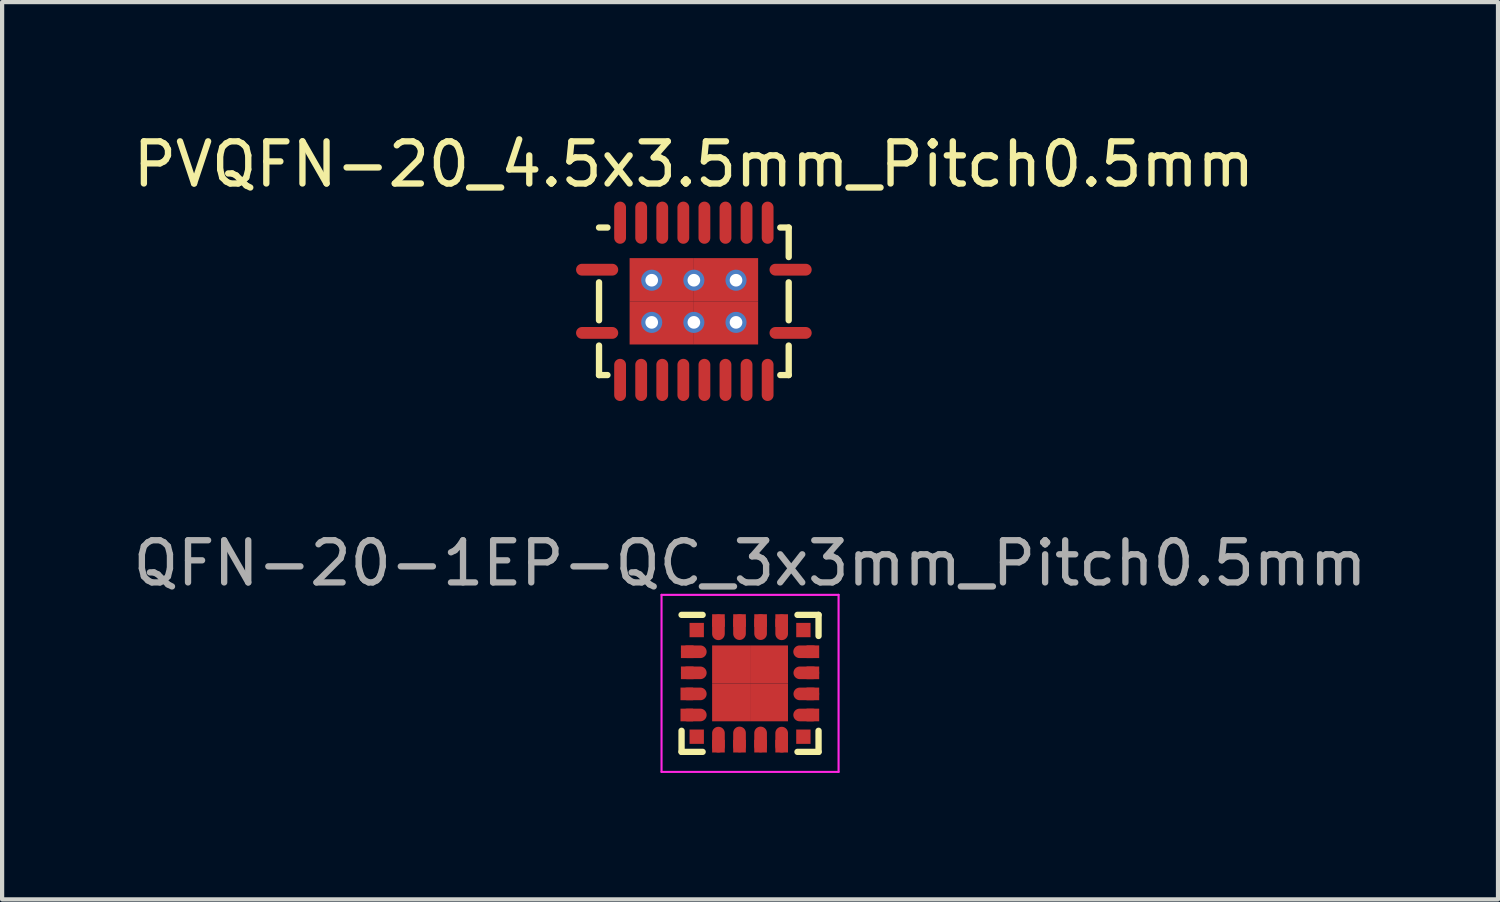
<source format=kicad_pcb>
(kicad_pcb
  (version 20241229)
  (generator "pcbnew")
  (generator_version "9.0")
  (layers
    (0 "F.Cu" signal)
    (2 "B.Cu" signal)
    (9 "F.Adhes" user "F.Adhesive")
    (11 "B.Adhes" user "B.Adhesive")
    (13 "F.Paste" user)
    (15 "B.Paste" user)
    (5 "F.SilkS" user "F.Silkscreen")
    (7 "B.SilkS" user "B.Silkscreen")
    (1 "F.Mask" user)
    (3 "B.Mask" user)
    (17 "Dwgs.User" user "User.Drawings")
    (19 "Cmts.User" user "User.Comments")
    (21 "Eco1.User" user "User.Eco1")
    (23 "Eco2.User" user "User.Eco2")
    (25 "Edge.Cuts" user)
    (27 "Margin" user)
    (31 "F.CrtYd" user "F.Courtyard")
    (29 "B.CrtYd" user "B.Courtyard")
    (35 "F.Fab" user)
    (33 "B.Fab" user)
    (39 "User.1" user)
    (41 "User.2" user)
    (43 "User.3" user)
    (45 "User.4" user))
  (footprint "QFN-20-1EP-QC_3x3mm_Pitch0.5mm"
    (layer "F.Cu")
    (at 14.744 13.162)
    (property "Reference" "QFN-20-1EP-QC_3x3mm_Pitch0.5mm" (at 0 -2.85 0) (layer "F.Fab") (effects (font (size 1 1) (thickness 0.15))))
    (attr smd)
    (fp_line (start -1.625 -1.625) (end -1.125 -1.625) (stroke (width 0.15) (type solid)) (layer "F.SilkS"))
    (fp_line (start -1.625 1.625) (end -1.625 1.125) (stroke (width 0.15) (type solid)) (layer "F.SilkS"))
    (fp_line (start -1.625 1.625) (end -1.125 1.625) (stroke (width 0.15) (type solid)) (layer "F.SilkS"))
    (fp_line (start 1.625 -1.625) (end 1.125 -1.625) (stroke (width 0.15) (type solid)) (layer "F.SilkS"))
    (fp_line (start 1.625 -1.625) (end 1.625 -1.125) (stroke (width 0.15) (type solid)) (layer "F.SilkS"))
    (fp_line (start 1.625 1.625) (end 1.125 1.625) (stroke (width 0.15) (type solid)) (layer "F.SilkS"))
    (fp_line (start 1.625 1.625) (end 1.625 1.125) (stroke (width 0.15) (type solid)) (layer "F.SilkS"))
    (fp_line (start -2.1 -2.1) (end -2.1 2.1) (stroke (width 0.05) (type solid)) (layer "F.CrtYd"))
    (fp_line (start -2.1 -2.1) (end 2.1 -2.1) (stroke (width 0.05) (type solid)) (layer "F.CrtYd"))
    (fp_line (start -2.1 2.1) (end 2.1 2.1) (stroke (width 0.05) (type solid)) (layer "F.CrtYd"))
    (fp_line (start 2.1 -2.1) (end 2.1 2.1) (stroke (width 0.05) (type solid)) (layer "F.CrtYd"))
    (pad "1" smd rect (at -1.265 -1.265 90) (size 0.34 0.34) (layers "F.Cu" "F.Mask" "F.Paste"))
    (pad "2" smd rect (at -1.49 -0.75) (size 0.3 0.3) (layers "F.Cu" "F.Mask" "F.Paste"))
    (pad "2" smd oval (at -1.335 -0.75) (size 0.61 0.3) (layers "F.Cu" "F.Mask" "F.Paste"))
    (pad "3" smd rect (at -1.49 -0.25) (size 0.3 0.3) (layers "F.Cu" "F.Mask" "F.Paste"))
    (pad "3" smd oval (at -1.335 -0.25) (size 0.61 0.3) (layers "F.Cu" "F.Mask" "F.Paste"))
    (pad "4" smd rect (at -1.5 0.25) (size 0.3 0.3) (layers "F.Cu" "F.Mask" "F.Paste"))
    (pad "4" smd oval (at -1.335 0.25) (size 0.61 0.3) (layers "F.Cu" "F.Mask" "F.Paste"))
    (pad "5" smd rect (at -1.5 0.75) (size 0.3 0.3) (layers "F.Cu" "F.Mask" "F.Paste"))
    (pad "5" smd oval (at -1.335 0.75) (size 0.61 0.3) (layers "F.Cu" "F.Mask" "F.Paste"))
    (pad "6" smd rect (at -1.265 1.265 90) (size 0.34 0.34) (layers "F.Cu" "F.Mask" "F.Paste"))
    (pad "7" smd oval (at -0.75 1.335 90) (size 0.61 0.3) (layers "F.Cu" "F.Mask" "F.Paste"))
    (pad "7" smd rect (at -0.75 1.49) (size 0.3 0.3) (layers "F.Cu" "F.Mask" "F.Paste"))
    (pad "8" smd oval (at -0.25 1.331 90) (size 0.61 0.3) (layers "F.Cu" "F.Mask" "F.Paste"))
    (pad "8" smd rect (at -0.25 1.49) (size 0.3 0.3) (layers "F.Cu" "F.Mask" "F.Paste"))
    (pad "9" smd oval (at 0.25 1.331 90) (size 0.61 0.3) (layers "F.Cu" "F.Mask" "F.Paste"))
    (pad "9" smd rect (at 0.25 1.49) (size 0.3 0.3) (layers "F.Cu" "F.Mask" "F.Paste"))
    (pad "10" smd oval (at 0.75 1.335 90) (size 0.61 0.3) (layers "F.Cu" "F.Mask" "F.Paste"))
    (pad "10" smd rect (at 0.75 1.49) (size 0.3 0.3) (layers "F.Cu" "F.Mask" "F.Paste"))
    (pad "11" smd rect (at 1.265 1.265 90) (size 0.34 0.34) (layers "F.Cu" "F.Mask" "F.Paste"))
    (pad "12" smd oval (at 1.331 0.75) (size 0.61 0.3) (layers "F.Cu" "F.Mask" "F.Paste"))
    (pad "12" smd rect (at 1.49 0.75) (size 0.3 0.3) (layers "F.Cu" "F.Mask" "F.Paste"))
    (pad "13" smd oval (at 1.335 0.25) (size 0.61 0.3) (layers "F.Cu" "F.Mask" "F.Paste"))
    (pad "13" smd rect (at 1.49 0.25) (size 0.3 0.3) (layers "F.Cu" "F.Mask" "F.Paste"))
    (pad "14" smd oval (at 1.335 -0.25) (size 0.61 0.3) (layers "F.Cu" "F.Mask" "F.Paste"))
    (pad "14" smd rect (at 1.49 -0.25) (size 0.3 0.3) (layers "F.Cu" "F.Mask" "F.Paste"))
    (pad "15" smd oval (at 1.331 -0.75) (size 0.61 0.3) (layers "F.Cu" "F.Mask" "F.Paste"))
    (pad "15" smd rect (at 1.49 -0.75) (size 0.3 0.3) (layers "F.Cu" "F.Mask" "F.Paste"))
    (pad "16" smd rect (at 1.265 -1.265 90) (size 0.34 0.34) (layers "F.Cu" "F.Mask" "F.Paste"))
    (pad "17" smd rect (at 0.75 -1.49 90) (size 0.3 0.3) (layers "F.Cu" "F.Mask" "F.Paste"))
    (pad "17" smd oval (at 0.75 -1.331 90) (size 0.61 0.3) (layers "F.Cu" "F.Mask" "F.Paste"))
    (pad "18" smd rect (at -0.75 -1.49 90) (size 0.3 0.3) (layers "F.Cu" "F.Mask" "F.Paste"))
    (pad "18" smd rect (at -0.25 -1.49 90) (size 0.3 0.3) (layers "F.Cu" "F.Mask" "F.Paste"))
    (pad "18" smd rect (at 0.25 -1.49 90) (size 0.3 0.3) (layers "F.Cu" "F.Mask" "F.Paste"))
    (pad "18" smd oval (at 0.25 -1.335 90) (size 0.61 0.3) (layers "F.Cu" "F.Mask" "F.Paste"))
    (pad "19" smd oval (at -0.25 -1.335 90) (size 0.61 0.3) (layers "F.Cu" "F.Mask" "F.Paste"))
    (pad "20" smd oval (at -0.75 -1.331 90) (size 0.61 0.3) (layers "F.Cu" "F.Mask" "F.Paste"))
    (pad "21" smd rect (at -0.45 -0.45) (size 0.9 0.9) (layers "F.Cu" "F.Mask" "F.Paste"))
    (pad "21" smd rect (at -0.45 0.45) (size 0.9 0.9) (layers "F.Cu" "F.Mask" "F.Paste"))
    (pad "21" smd rect (at 0.45 -0.45) (size 0.9 0.9) (layers "F.Cu" "F.Mask" "F.Paste"))
    (pad "21" smd rect (at 0.45 0.45) (size 0.9 0.9) (layers "F.Cu" "F.Mask" "F.Paste")))
  (footprint "PVQFN-20_4.5x3.5mm_Pitch0.5mm"
    (layer "F.Cu")
    (at 13.411 4.098)
    (property "Reference" "PVQFN-20_4.5x3.5mm_Pitch0.5mm" (at 0 -3.25 0) (layer "F.SilkS") (effects (font (size 1 1) (thickness 0.15))))
    (attr through_hole)
    (fp_line (start -2.25 -1.75) (end -2.05 -1.75) (stroke (width 0.15) (type solid)) (layer "F.SilkS"))
    (fp_line (start -2.25 -0.45) (end -2.25 0.45) (stroke (width 0.15) (type solid)) (layer "F.SilkS"))
    (fp_line (start -2.25 1.75) (end -2.25 1.05) (stroke (width 0.15) (type solid)) (layer "F.SilkS"))
    (fp_line (start -2.25 1.75) (end -2.05 1.75) (stroke (width 0.15) (type solid)) (layer "F.SilkS"))
    (fp_line (start 2.25 -1.75) (end 2.05 -1.75) (stroke (width 0.15) (type solid)) (layer "F.SilkS"))
    (fp_line (start 2.25 -1.05) (end 2.25 -1.75) (stroke (width 0.15) (type solid)) (layer "F.SilkS"))
    (fp_line (start 2.25 0.45) (end 2.25 -0.45) (stroke (width 0.15) (type solid)) (layer "F.SilkS"))
    (fp_line (start 2.25 1.75) (end 2.05 1.75) (stroke (width 0.15) (type solid)) (layer "F.SilkS"))
    (fp_line (start 2.25 1.75) (end 2.25 1.05) (stroke (width 0.15) (type solid)) (layer "F.SilkS"))
    (pad "1" smd oval (at -2.295 -0.75 90) (size 0.28 1) (layers "F.Cu" "F.Mask" "F.Paste"))
    (pad "2" smd oval (at -1.75 -1.865) (size 0.28 1) (layers "F.Cu" "F.Mask" "F.Paste"))
    (pad "3" smd oval (at -1.25 -1.865) (size 0.28 1) (layers "F.Cu" "F.Mask" "F.Paste"))
    (pad "4" smd oval (at -0.75 -1.865) (size 0.28 1) (layers "F.Cu" "F.Mask" "F.Paste"))
    (pad "5" smd oval (at -0.25 -1.865) (size 0.28 1) (layers "F.Cu" "F.Mask" "F.Paste"))
    (pad "6" smd oval (at 0.25 -1.865) (size 0.28 1) (layers "F.Cu" "F.Mask" "F.Paste"))
    (pad "7" smd oval (at 0.75 -1.865) (size 0.28 1) (layers "F.Cu" "F.Mask" "F.Paste"))
    (pad "8" smd oval (at 1.25 -1.865) (size 0.28 1) (layers "F.Cu" "F.Mask" "F.Paste"))
    (pad "9" smd oval (at 1.75 -1.865) (size 0.28 1) (layers "F.Cu" "F.Mask" "F.Paste"))
    (pad "10" smd oval (at 2.295 -0.75 90) (size 0.28 1) (layers "F.Cu" "F.Mask" "F.Paste"))
    (pad "11" smd oval (at 2.295 0.75 90) (size 0.28 1) (layers "F.Cu" "F.Mask" "F.Paste"))
    (pad "12" smd oval (at 1.75 1.865) (size 0.28 1) (layers "F.Cu" "F.Mask" "F.Paste"))
    (pad "13" smd oval (at 1.25 1.865) (size 0.28 1) (layers "F.Cu" "F.Mask" "F.Paste"))
    (pad "14" smd oval (at 0.75 1.865) (size 0.28 1) (layers "F.Cu" "F.Mask" "F.Paste"))
    (pad "15" smd oval (at 0.25 1.865) (size 0.28 1) (layers "F.Cu" "F.Mask" "F.Paste"))
    (pad "16" smd oval (at -0.25 1.865) (size 0.28 1) (layers "F.Cu" "F.Mask" "F.Paste"))
    (pad "17" smd oval (at -0.75 1.865) (size 0.28 1) (layers "F.Cu" "F.Mask" "F.Paste"))
    (pad "18" smd oval (at -1.25 1.865) (size 0.28 1) (layers "F.Cu" "F.Mask" "F.Paste"))
    (pad "19" smd oval (at -1.75 1.865) (size 0.28 1) (layers "F.Cu" "F.Mask" "F.Paste"))
    (pad "20" smd oval (at -2.295 0.75 90) (size 0.28 1) (layers "F.Cu" "F.Mask" "F.Paste"))
    (pad "21" thru_hole circle (at -1 -0.5) (size 0.5 0.5) (drill 0.3) (layers "*.Cu"))
    (pad "21" thru_hole circle (at -1 0.5) (size 0.5 0.5) (drill 0.3) (layers "*.Cu"))
    (pad "21" smd rect (at -0.762 -0.512) (size 1.525 1.025) (layers "F.Cu" "F.Mask" "F.Paste"))
    (pad "21" smd rect (at -0.762 0.512) (size 1.525 1.025) (layers "F.Cu" "F.Mask" "F.Paste"))
    (pad "21" thru_hole circle (at 0 -0.5) (size 0.5 0.5) (drill 0.3) (layers "*.Cu"))
    (pad "21" thru_hole circle (at 0 0.5) (size 0.5 0.5) (drill 0.3) (layers "*.Cu"))
    (pad "21" smd rect (at 0.762 -0.512) (size 1.525 1.025) (layers "F.Cu" "F.Mask" "F.Paste"))
    (pad "21" smd rect (at 0.762 0.512) (size 1.525 1.025) (layers "F.Cu" "F.Mask" "F.Paste"))
    (pad "21" thru_hole circle (at 1 -0.5) (size 0.5 0.5) (drill 0.3) (layers "*.Cu"))
    (pad "21" thru_hole circle (at 1 0.5) (size 0.5 0.5) (drill 0.3) (layers "*.Cu")))
  (gr_rect
    (start -3 -3)
    (end 32.488 18.287)
    (stroke (width 0.1) (type default))
    (fill no)
    (layer "Edge.Cuts")))
</source>
